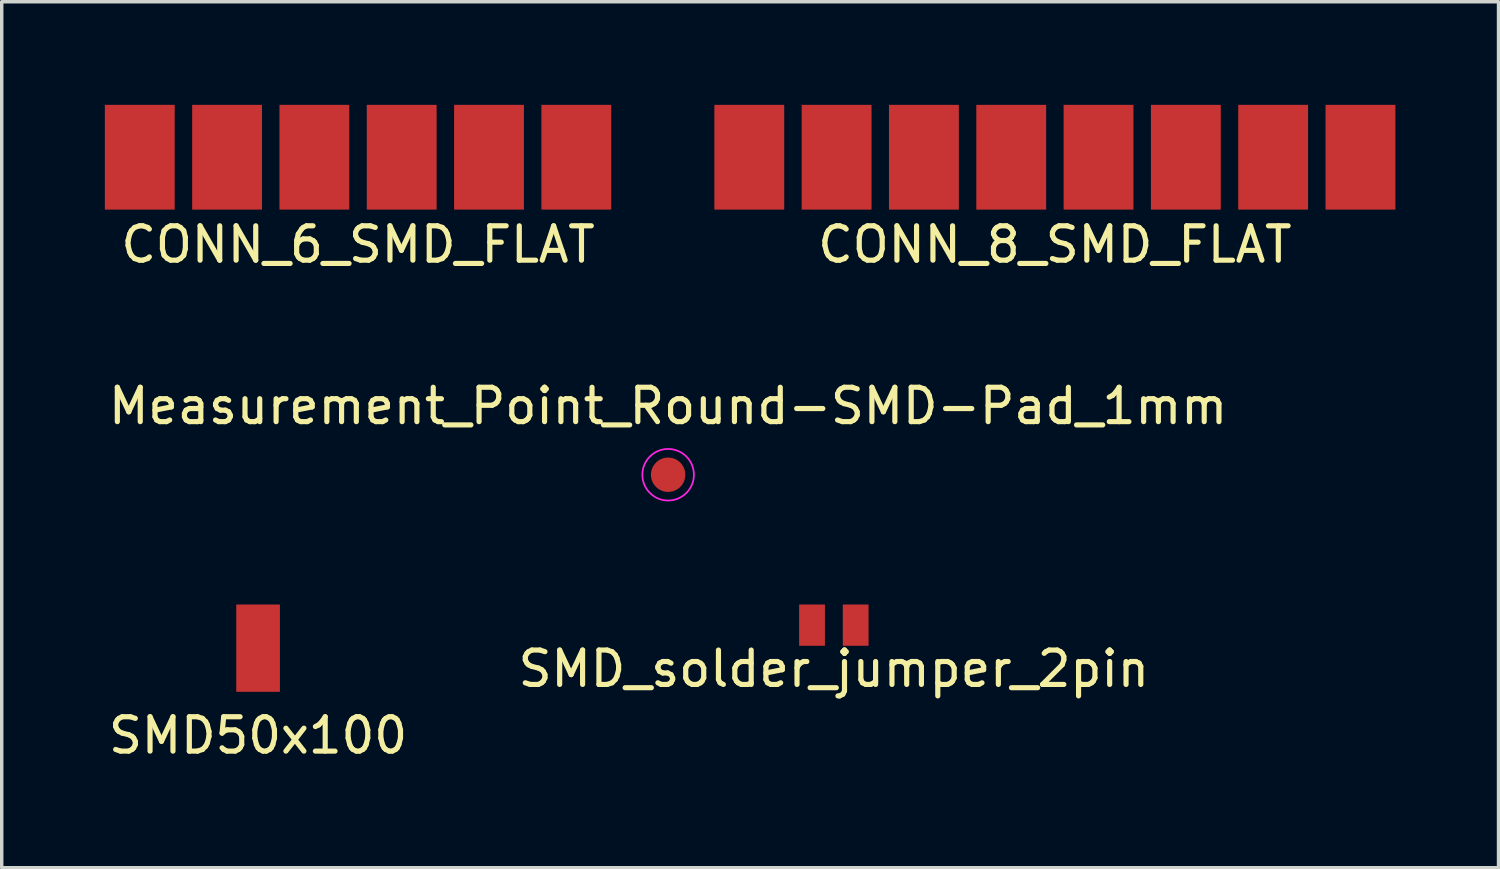
<source format=kicad_pcb>
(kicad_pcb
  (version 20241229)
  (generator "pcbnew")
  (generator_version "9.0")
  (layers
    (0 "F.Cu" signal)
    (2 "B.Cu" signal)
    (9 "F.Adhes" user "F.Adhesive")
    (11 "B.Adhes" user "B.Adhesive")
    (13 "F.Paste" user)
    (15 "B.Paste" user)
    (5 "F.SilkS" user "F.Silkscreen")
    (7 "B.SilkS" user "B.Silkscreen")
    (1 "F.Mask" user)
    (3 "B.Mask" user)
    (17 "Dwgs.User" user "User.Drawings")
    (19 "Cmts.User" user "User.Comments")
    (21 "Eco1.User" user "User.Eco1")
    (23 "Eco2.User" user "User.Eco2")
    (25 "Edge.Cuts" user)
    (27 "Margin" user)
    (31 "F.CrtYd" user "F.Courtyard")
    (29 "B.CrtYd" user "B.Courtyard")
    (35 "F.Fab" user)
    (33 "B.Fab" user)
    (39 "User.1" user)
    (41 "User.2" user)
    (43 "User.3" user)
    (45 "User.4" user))
  (footprint "CONN_8_SMD_FLAT"
    (layer "F.Cu")
    (at 27.638 1.524)
    (property "Reference" "CONN_8_SMD_FLAT" (at 0 2.54 0) (layer "F.SilkS") (effects (font (size 1 1) (thickness 0.15))))
    (attr through_hole)
    (pad "1" smd rect (at 8.89 0) (size 2.032 3.048) (layers "F.Cu" "F.Mask" "F.Paste"))
    (pad "2" smd rect (at 6.35 0) (size 2.032 3.048) (layers "F.Cu" "F.Mask" "F.Paste"))
    (pad "3" smd rect (at 3.81 0) (size 2.032 3.048) (layers "F.Cu" "F.Mask" "F.Paste"))
    (pad "4" smd rect (at 1.27 0) (size 2.032 3.048) (layers "F.Cu" "F.Mask" "F.Paste"))
    (pad "5" smd rect (at -1.27 0) (size 2.032 3.048) (layers "F.Cu" "F.Mask" "F.Paste"))
    (pad "6" smd rect (at -3.81 0) (size 2.032 3.048) (layers "F.Cu" "F.Mask" "F.Paste"))
    (pad "7" smd rect (at -6.35 0) (size 2.032 3.048) (layers "F.Cu" "F.Mask" "F.Paste"))
    (pad "8" smd rect (at -8.89 0) (size 2.032 3.048) (layers "F.Cu" "F.Mask" "F.Paste")))
  (footprint "SMD_solder_jumper_2pin"
    (layer "F.Cu")
    (at 21.208 15.136)
    (property "Reference" "SMD_solder_jumper_2pin" (at 0 1.27 0) (layer "F.SilkS") (effects (font (size 1 1) (thickness 0.15))))
    (attr through_hole)
    (pad "1" smd rect (at -0.635 0) (size 0.75 1.2) (layers "F.Cu" "F.Mask" "F.Paste"))
    (pad "2" smd rect (at 0.635 0) (size 0.75 1.2) (layers "F.Cu" "F.Mask" "F.Paste")))
  (footprint "Measurement_Point_Round-SMD-Pad_1mm"
    (layer "F.Cu")
    (at 16.387 10.761)
    (property "Reference" "Measurement_Point_Round-SMD-Pad_1mm" (at 0 -2 0) (layer "F.SilkS") (effects (font (size 1 1) (thickness 0.15))))
    (attr exclude_from_pos_files exclude_from_bom)
    (fp_circle (center 0 0) (end 0.75 0) (stroke (width 0.05) (type solid)) (fill no) (layer "F.CrtYd"))
    (pad "1" smd circle (at 0 0) (size 1 1) (layers "F.Cu" "F.Mask")))
  (footprint "CONN_6_SMD_FLAT"
    (layer "F.Cu")
    (at 7.366 1.524)
    (property "Reference" "CONN_6_SMD_FLAT" (at 0 2.54 0) (layer "F.SilkS") (effects (font (size 1 1) (thickness 0.15))))
    (attr through_hole)
    (pad "1" smd rect (at 6.35 0) (size 2.032 3.048) (layers "F.Cu" "F.Mask" "F.Paste"))
    (pad "2" smd rect (at 3.81 0) (size 2.032 3.048) (layers "F.Cu" "F.Mask" "F.Paste"))
    (pad "3" smd rect (at 1.27 0) (size 2.032 3.048) (layers "F.Cu" "F.Mask" "F.Paste"))
    (pad "4" smd rect (at -1.27 0) (size 2.032 3.048) (layers "F.Cu" "F.Mask" "F.Paste"))
    (pad "5" smd rect (at -3.81 0) (size 2.032 3.048) (layers "F.Cu" "F.Mask" "F.Paste"))
    (pad "6" smd rect (at -6.35 0) (size 2.032 3.048) (layers "F.Cu" "F.Mask" "F.Paste")))
  (footprint "SMD50x100"
    (layer "F.Cu")
    (at 4.458 15.806)
    (property "Reference" "SMD50x100" (at 0 2.54 0) (layer "F.SilkS") (effects (font (size 1 1) (thickness 0.15))))
    (attr through_hole)
    (pad "1" smd rect (at 0 0) (size 1.27 2.54) (layers "F.Cu" "F.Mask")))
  (gr_rect
    (start -3 -3)
    (end 40.544 22.194)
    (stroke (width 0.1) (type default))
    (fill no)
    (layer "Edge.Cuts")))
</source>
